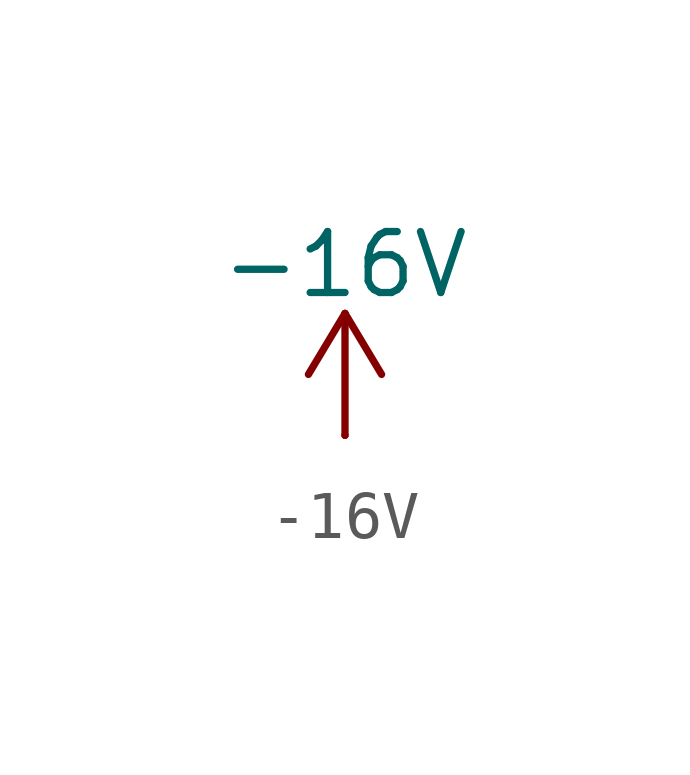
<source format=kicad_sym>
(kicad_symbol_lib
  (version 20241209)
  (generator "kicad_symbol_editor")
  (generator_version "9.0")
  (symbol "-16V"
    (power)
    (pin_numbers
      (hide yes))
    (pin_names
      (offset 0)
      (hide yes))
    (property "Reference" "#PWR"
      (at 0 -3.81 0)
      (effects (font (size 1.27 1.27)) (hide yes)))
    (property "Value" "-16V"
      (at 0 3.556 0)
      (effects (font (size 1.27 1.27))))
    (symbol "-16V_0_1"
      (polyline (pts (xy -0.762 1.27) (xy 0 2.54)) (stroke (width 0) (type default)) (fill (type none)))
      (polyline (pts (xy 0 2.54) (xy 0.762 1.27)) (stroke (width 0) (type default)) (fill (type none)))
      (polyline (pts (xy 0 0) (xy 0 2.54)) (stroke (width 0) (type default)) (fill (type none))))
    (symbol "-16V_1_1"
      (pin power_in line (at 0 0 90) (length 0) (name "~" (effects (font (size 1.27 1.27)))) (number "1" (effects (font (size 1.27 1.27))))))))
</source>
